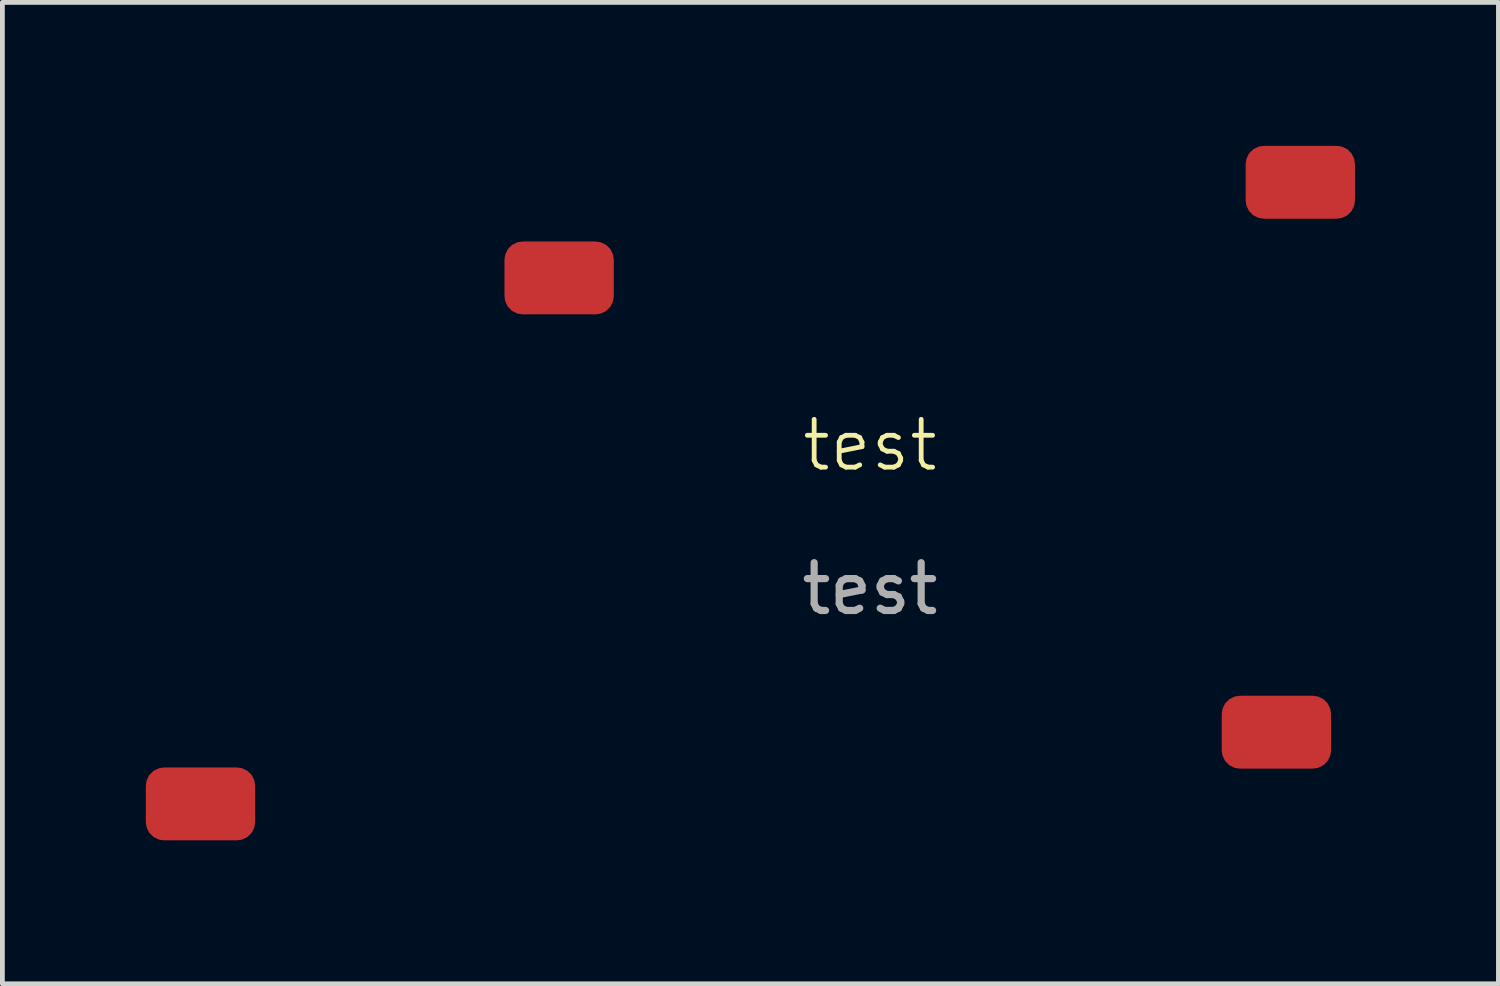
<source format=kicad_pcb>
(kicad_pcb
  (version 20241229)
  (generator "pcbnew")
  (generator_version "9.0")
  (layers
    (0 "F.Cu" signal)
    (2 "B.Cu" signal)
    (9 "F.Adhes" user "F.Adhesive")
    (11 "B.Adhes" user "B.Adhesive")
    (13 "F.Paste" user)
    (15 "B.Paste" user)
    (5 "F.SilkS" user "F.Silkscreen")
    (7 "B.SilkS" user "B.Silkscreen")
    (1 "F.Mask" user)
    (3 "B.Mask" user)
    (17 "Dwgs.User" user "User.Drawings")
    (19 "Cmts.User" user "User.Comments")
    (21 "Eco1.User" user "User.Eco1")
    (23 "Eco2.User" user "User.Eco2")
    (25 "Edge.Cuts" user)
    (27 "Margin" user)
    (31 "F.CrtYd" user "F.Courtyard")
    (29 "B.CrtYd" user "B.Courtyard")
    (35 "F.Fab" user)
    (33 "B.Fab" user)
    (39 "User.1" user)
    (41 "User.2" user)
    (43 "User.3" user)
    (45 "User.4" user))
  (footprint "test"
    (layer "F.Cu")
    (at 15.143 6.762)
    (property "Reference" "test" (at 0 -0.5 0) (unlocked yes) (layer "F.SilkS") (effects (font (size 1 1) (thickness 0.1))))
    (attr smd)
    (fp_text user "${REFERENCE}" (at 0 2.5 0) (unlocked yes) (layer "F.Fab") (effects (font (size 1 1) (thickness 0.15))))
    (pad "1" smd roundrect (at -6.5 -4) (size 2.286 1.524) (layers "F.Cu" "F.Mask" "F.Paste") (roundrect_rratio 0.25))
    (pad "2" smd roundrect (at 9 -6) (size 2.286 1.524) (layers "F.Cu" "F.Mask" "F.Paste") (roundrect_rratio 0.25))
    (pad "3" smd roundrect (at -14 7) (size 2.286 1.524) (layers "F.Cu" "F.Mask" "F.Paste") (roundrect_rratio 0.25))
    (pad "4" smd roundrect (at 8.5 5.5) (size 2.286 1.524) (layers "F.Cu" "F.Mask" "F.Paste") (roundrect_rratio 0.25)))
  (gr_rect
    (start -3 -3)
    (end 28.286 17.524)
    (stroke (width 0.1) (type default))
    (fill no)
    (layer "Edge.Cuts")))
</source>
